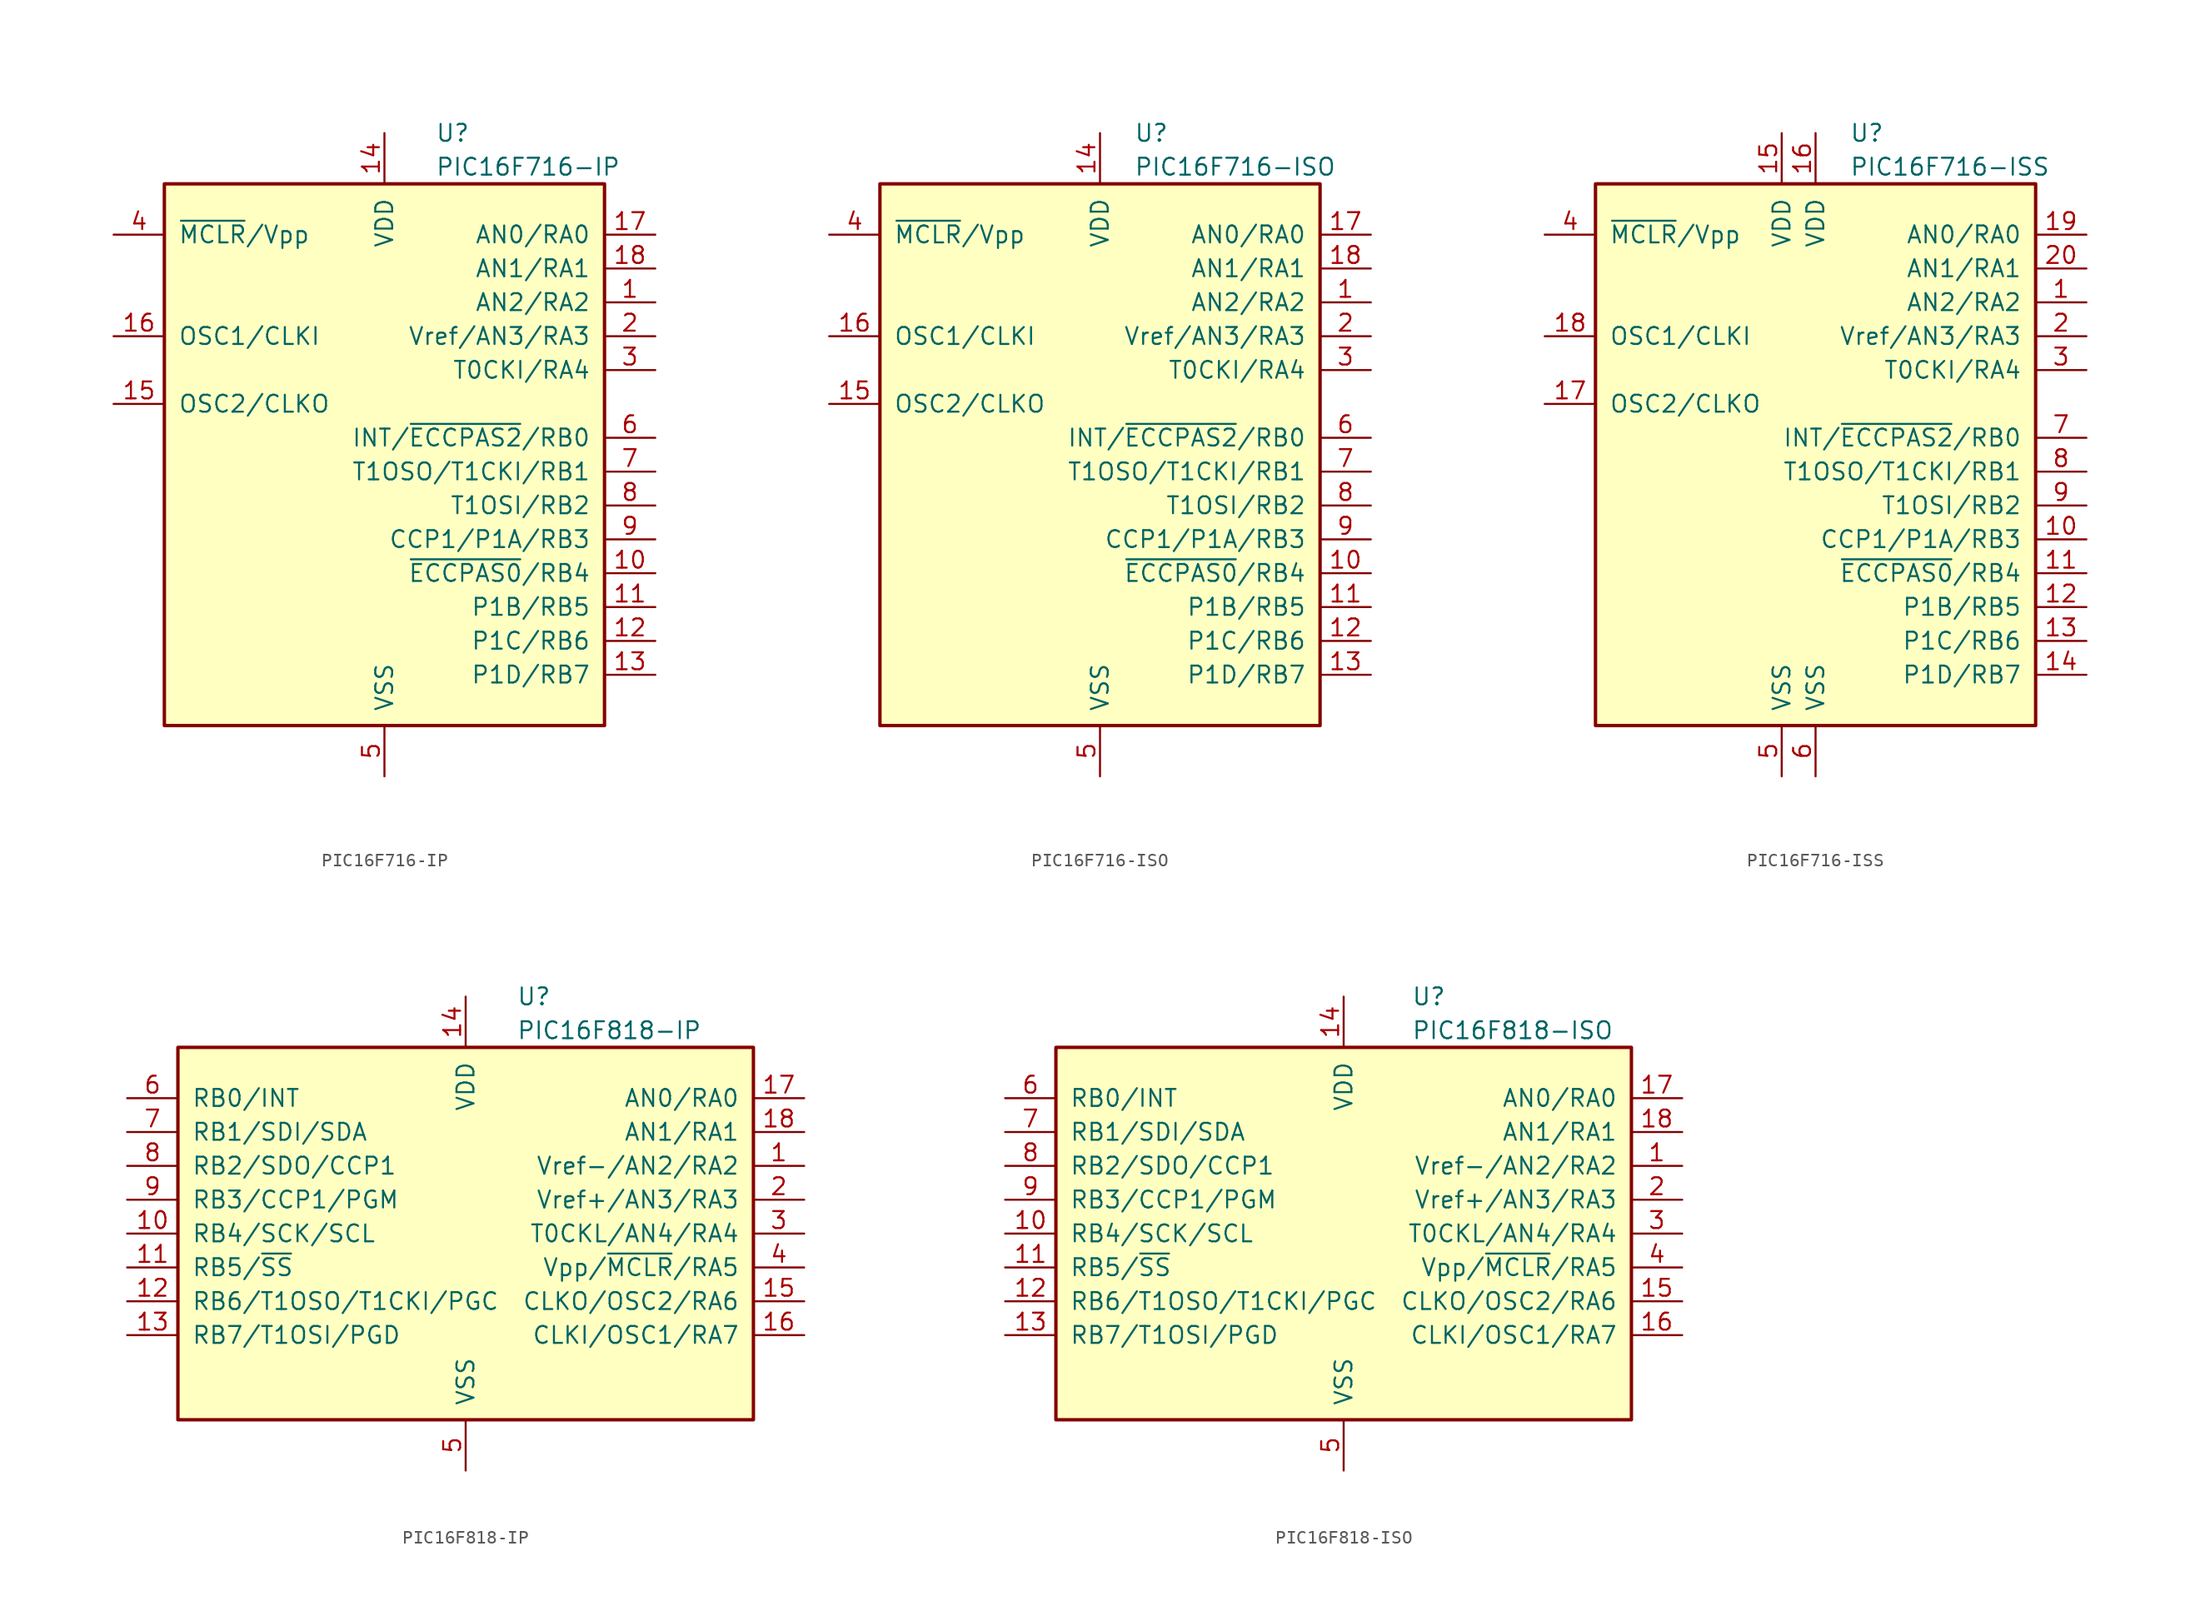
<source format=kicad_sym>
(kicad_symbol_lib
  (version 20241209)
  (generator "kicad_symbol_editor")
  (generator_version "9.0")
  (symbol "PIC16F716-IP"
    (pin_names
      (offset 1.016))
    (property "Reference" "U"
      (at 3.81 22.86 0)
      (effects (font (size 1.27 1.27)) (justify left)))
    (property "Value" "PIC16F716-IP"
      (at 3.81 20.32 0)
      (effects (font (size 1.27 1.27)) (justify left)))
    (symbol "PIC16F716-IP_0_1"
      (rectangle (start -16.51 19.05) (end 16.51 -21.59) (stroke (width 0.254) (type default)) (fill (type background))))
    (symbol "PIC16F716-IP_1_1"
      (pin input line (at -20.32 15.24 0) (length 3.81) (name "~{MCLR}/Vpp" (effects (font (size 1.27 1.27)))) (number "4" (effects (font (size 1.27 1.27)))))
      (pin input line (at -20.32 7.62 0) (length 3.81) (name "OSC1/CLKI" (effects (font (size 1.27 1.27)))) (number "16" (effects (font (size 1.27 1.27)))))
      (pin output line (at -20.32 2.54 0) (length 3.81) (name "OSC2/CLKO" (effects (font (size 1.27 1.27)))) (number "15" (effects (font (size 1.27 1.27)))))
      (pin power_in line (at 0 22.86 270) (length 3.81) (name "VDD" (effects (font (size 1.27 1.27)))) (number "14" (effects (font (size 1.27 1.27)))))
      (pin power_in line (at 0 -25.4 90) (length 3.81) (name "VSS" (effects (font (size 1.27 1.27)))) (number "5" (effects (font (size 1.27 1.27)))))
      (pin bidirectional line (at 20.32 15.24 180) (length 3.81) (name "AN0/RA0" (effects (font (size 1.27 1.27)))) (number "17" (effects (font (size 1.27 1.27)))))
      (pin bidirectional line (at 20.32 12.7 180) (length 3.81) (name "AN1/RA1" (effects (font (size 1.27 1.27)))) (number "18" (effects (font (size 1.27 1.27)))))
      (pin bidirectional line (at 20.32 10.16 180) (length 3.81) (name "AN2/RA2" (effects (font (size 1.27 1.27)))) (number "1" (effects (font (size 1.27 1.27)))))
      (pin bidirectional line (at 20.32 7.62 180) (length 3.81) (name "Vref/AN3/RA3" (effects (font (size 1.27 1.27)))) (number "2" (effects (font (size 1.27 1.27)))))
      (pin output line (at 20.32 5.08 180) (length 3.81) (name "T0CKI/RA4" (effects (font (size 1.27 1.27)))) (number "3" (effects (font (size 1.27 1.27)))))
      (pin bidirectional line (at 20.32 0 180) (length 3.81) (name "INT/~{ECCPAS2}/RB0" (effects (font (size 1.27 1.27)))) (number "6" (effects (font (size 1.27 1.27)))))
      (pin bidirectional line (at 20.32 -2.54 180) (length 3.81) (name "T1OSO/T1CKI/RB1" (effects (font (size 1.27 1.27)))) (number "7" (effects (font (size 1.27 1.27)))))
      (pin bidirectional line (at 20.32 -5.08 180) (length 3.81) (name "T1OSI/RB2" (effects (font (size 1.27 1.27)))) (number "8" (effects (font (size 1.27 1.27)))))
      (pin bidirectional line (at 20.32 -7.62 180) (length 3.81) (name "CCP1/P1A/RB3" (effects (font (size 1.27 1.27)))) (number "9" (effects (font (size 1.27 1.27)))))
      (pin bidirectional line (at 20.32 -10.16 180) (length 3.81) (name "~{ECCPAS0}/RB4" (effects (font (size 1.27 1.27)))) (number "10" (effects (font (size 1.27 1.27)))))
      (pin bidirectional line (at 20.32 -12.7 180) (length 3.81) (name "P1B/RB5" (effects (font (size 1.27 1.27)))) (number "11" (effects (font (size 1.27 1.27)))))
      (pin bidirectional line (at 20.32 -15.24 180) (length 3.81) (name "P1C/RB6" (effects (font (size 1.27 1.27)))) (number "12" (effects (font (size 1.27 1.27)))))
      (pin bidirectional line (at 20.32 -17.78 180) (length 3.81) (name "P1D/RB7" (effects (font (size 1.27 1.27)))) (number "13" (effects (font (size 1.27 1.27)))))))
  (symbol "PIC16F716-ISO"
    (pin_names
      (offset 1.016))
    (property "Reference" "U"
      (at 2.54 22.86 0)
      (effects (font (size 1.27 1.27)) (justify left)))
    (property "Value" "PIC16F716-ISO"
      (at 2.54 20.32 0)
      (effects (font (size 1.27 1.27)) (justify left)))
    (symbol "PIC16F716-ISO_0_1"
      (rectangle (start -16.51 19.05) (end 16.51 -21.59) (stroke (width 0.254) (type default)) (fill (type background))))
    (symbol "PIC16F716-ISO_1_1"
      (pin input line (at -20.32 15.24 0) (length 3.81) (name "~{MCLR}/Vpp" (effects (font (size 1.27 1.27)))) (number "4" (effects (font (size 1.27 1.27)))))
      (pin input line (at -20.32 7.62 0) (length 3.81) (name "OSC1/CLKI" (effects (font (size 1.27 1.27)))) (number "16" (effects (font (size 1.27 1.27)))))
      (pin output line (at -20.32 2.54 0) (length 3.81) (name "OSC2/CLKO" (effects (font (size 1.27 1.27)))) (number "15" (effects (font (size 1.27 1.27)))))
      (pin power_in line (at 0 22.86 270) (length 3.81) (name "VDD" (effects (font (size 1.27 1.27)))) (number "14" (effects (font (size 1.27 1.27)))))
      (pin power_in line (at 0 -25.4 90) (length 3.81) (name "VSS" (effects (font (size 1.27 1.27)))) (number "5" (effects (font (size 1.27 1.27)))))
      (pin bidirectional line (at 20.32 15.24 180) (length 3.81) (name "AN0/RA0" (effects (font (size 1.27 1.27)))) (number "17" (effects (font (size 1.27 1.27)))))
      (pin bidirectional line (at 20.32 12.7 180) (length 3.81) (name "AN1/RA1" (effects (font (size 1.27 1.27)))) (number "18" (effects (font (size 1.27 1.27)))))
      (pin bidirectional line (at 20.32 10.16 180) (length 3.81) (name "AN2/RA2" (effects (font (size 1.27 1.27)))) (number "1" (effects (font (size 1.27 1.27)))))
      (pin bidirectional line (at 20.32 7.62 180) (length 3.81) (name "Vref/AN3/RA3" (effects (font (size 1.27 1.27)))) (number "2" (effects (font (size 1.27 1.27)))))
      (pin output line (at 20.32 5.08 180) (length 3.81) (name "T0CKI/RA4" (effects (font (size 1.27 1.27)))) (number "3" (effects (font (size 1.27 1.27)))))
      (pin bidirectional line (at 20.32 0 180) (length 3.81) (name "INT/~{ECCPAS2}/RB0" (effects (font (size 1.27 1.27)))) (number "6" (effects (font (size 1.27 1.27)))))
      (pin bidirectional line (at 20.32 -2.54 180) (length 3.81) (name "T1OSO/T1CKI/RB1" (effects (font (size 1.27 1.27)))) (number "7" (effects (font (size 1.27 1.27)))))
      (pin bidirectional line (at 20.32 -5.08 180) (length 3.81) (name "T1OSI/RB2" (effects (font (size 1.27 1.27)))) (number "8" (effects (font (size 1.27 1.27)))))
      (pin bidirectional line (at 20.32 -7.62 180) (length 3.81) (name "CCP1/P1A/RB3" (effects (font (size 1.27 1.27)))) (number "9" (effects (font (size 1.27 1.27)))))
      (pin bidirectional line (at 20.32 -10.16 180) (length 3.81) (name "~{ECCPAS0}/RB4" (effects (font (size 1.27 1.27)))) (number "10" (effects (font (size 1.27 1.27)))))
      (pin bidirectional line (at 20.32 -12.7 180) (length 3.81) (name "P1B/RB5" (effects (font (size 1.27 1.27)))) (number "11" (effects (font (size 1.27 1.27)))))
      (pin bidirectional line (at 20.32 -15.24 180) (length 3.81) (name "P1C/RB6" (effects (font (size 1.27 1.27)))) (number "12" (effects (font (size 1.27 1.27)))))
      (pin bidirectional line (at 20.32 -17.78 180) (length 3.81) (name "P1D/RB7" (effects (font (size 1.27 1.27)))) (number "13" (effects (font (size 1.27 1.27)))))))
  (symbol "PIC16F716-ISS"
    (pin_names
      (offset 1.016))
    (property "Reference" "U"
      (at 2.54 22.86 0)
      (effects (font (size 1.27 1.27)) (justify left)))
    (property "Value" "PIC16F716-ISS"
      (at 2.54 20.32 0)
      (effects (font (size 1.27 1.27)) (justify left)))
    (symbol "PIC16F716-ISS_0_1"
      (rectangle (start -16.51 19.05) (end 16.51 -21.59) (stroke (width 0.254) (type default)) (fill (type background))))
    (symbol "PIC16F716-ISS_1_1"
      (pin input line (at -20.32 15.24 0) (length 3.81) (name "~{MCLR}/Vpp" (effects (font (size 1.27 1.27)))) (number "4" (effects (font (size 1.27 1.27)))))
      (pin input line (at -20.32 7.62 0) (length 3.81) (name "OSC1/CLKI" (effects (font (size 1.27 1.27)))) (number "18" (effects (font (size 1.27 1.27)))))
      (pin output line (at -20.32 2.54 0) (length 3.81) (name "OSC2/CLKO" (effects (font (size 1.27 1.27)))) (number "17" (effects (font (size 1.27 1.27)))))
      (pin power_in line (at -2.54 22.86 270) (length 3.81) (name "VDD" (effects (font (size 1.27 1.27)))) (number "15" (effects (font (size 1.27 1.27)))))
      (pin power_in line (at -2.54 -25.4 90) (length 3.81) (name "VSS" (effects (font (size 1.27 1.27)))) (number "5" (effects (font (size 1.27 1.27)))))
      (pin power_in line (at 0 22.86 270) (length 3.81) (name "VDD" (effects (font (size 1.27 1.27)))) (number "16" (effects (font (size 1.27 1.27)))))
      (pin power_in line (at 0 -25.4 90) (length 3.81) (name "VSS" (effects (font (size 1.27 1.27)))) (number "6" (effects (font (size 1.27 1.27)))))
      (pin bidirectional line (at 20.32 15.24 180) (length 3.81) (name "AN0/RA0" (effects (font (size 1.27 1.27)))) (number "19" (effects (font (size 1.27 1.27)))))
      (pin bidirectional line (at 20.32 12.7 180) (length 3.81) (name "AN1/RA1" (effects (font (size 1.27 1.27)))) (number "20" (effects (font (size 1.27 1.27)))))
      (pin bidirectional line (at 20.32 10.16 180) (length 3.81) (name "AN2/RA2" (effects (font (size 1.27 1.27)))) (number "1" (effects (font (size 1.27 1.27)))))
      (pin bidirectional line (at 20.32 7.62 180) (length 3.81) (name "Vref/AN3/RA3" (effects (font (size 1.27 1.27)))) (number "2" (effects (font (size 1.27 1.27)))))
      (pin output line (at 20.32 5.08 180) (length 3.81) (name "T0CKI/RA4" (effects (font (size 1.27 1.27)))) (number "3" (effects (font (size 1.27 1.27)))))
      (pin bidirectional line (at 20.32 0 180) (length 3.81) (name "INT/~{ECCPAS2}/RB0" (effects (font (size 1.27 1.27)))) (number "7" (effects (font (size 1.27 1.27)))))
      (pin bidirectional line (at 20.32 -2.54 180) (length 3.81) (name "T1OSO/T1CKI/RB1" (effects (font (size 1.27 1.27)))) (number "8" (effects (font (size 1.27 1.27)))))
      (pin bidirectional line (at 20.32 -5.08 180) (length 3.81) (name "T1OSI/RB2" (effects (font (size 1.27 1.27)))) (number "9" (effects (font (size 1.27 1.27)))))
      (pin bidirectional line (at 20.32 -7.62 180) (length 3.81) (name "CCP1/P1A/RB3" (effects (font (size 1.27 1.27)))) (number "10" (effects (font (size 1.27 1.27)))))
      (pin bidirectional line (at 20.32 -10.16 180) (length 3.81) (name "~{ECCPAS0}/RB4" (effects (font (size 1.27 1.27)))) (number "11" (effects (font (size 1.27 1.27)))))
      (pin bidirectional line (at 20.32 -12.7 180) (length 3.81) (name "P1B/RB5" (effects (font (size 1.27 1.27)))) (number "12" (effects (font (size 1.27 1.27)))))
      (pin bidirectional line (at 20.32 -15.24 180) (length 3.81) (name "P1C/RB6" (effects (font (size 1.27 1.27)))) (number "13" (effects (font (size 1.27 1.27)))))
      (pin bidirectional line (at 20.32 -17.78 180) (length 3.81) (name "P1D/RB7" (effects (font (size 1.27 1.27)))) (number "14" (effects (font (size 1.27 1.27)))))))
  (symbol "PIC16F818-IP"
    (pin_names
      (offset 1.016))
    (property "Reference" "U"
      (at 3.81 17.78 0)
      (effects (font (size 1.27 1.27)) (justify left)))
    (property "Value" "PIC16F818-IP"
      (at 3.81 15.24 0)
      (effects (font (size 1.27 1.27)) (justify left)))
    (symbol "PIC16F818-IP_0_1"
      (rectangle (start -21.59 13.97) (end 21.59 -13.97) (stroke (width 0.254) (type default)) (fill (type background))))
    (symbol "PIC16F818-IP_1_1"
      (pin bidirectional line (at -25.4 10.16 0) (length 3.81) (name "RB0/INT" (effects (font (size 1.27 1.27)))) (number "6" (effects (font (size 1.27 1.27)))))
      (pin bidirectional line (at -25.4 7.62 0) (length 3.81) (name "RB1/SDI/SDA" (effects (font (size 1.27 1.27)))) (number "7" (effects (font (size 1.27 1.27)))))
      (pin bidirectional line (at -25.4 5.08 0) (length 3.81) (name "RB2/SDO/CCP1" (effects (font (size 1.27 1.27)))) (number "8" (effects (font (size 1.27 1.27)))))
      (pin bidirectional line (at -25.4 2.54 0) (length 3.81) (name "RB3/CCP1/PGM" (effects (font (size 1.27 1.27)))) (number "9" (effects (font (size 1.27 1.27)))))
      (pin bidirectional line (at -25.4 0 0) (length 3.81) (name "RB4/SCK/SCL" (effects (font (size 1.27 1.27)))) (number "10" (effects (font (size 1.27 1.27)))))
      (pin bidirectional line (at -25.4 -2.54 0) (length 3.81) (name "RB5/~{SS}" (effects (font (size 1.27 1.27)))) (number "11" (effects (font (size 1.27 1.27)))))
      (pin bidirectional line (at -25.4 -5.08 0) (length 3.81) (name "RB6/T1OSO/T1CKI/PGC" (effects (font (size 1.27 1.27)))) (number "12" (effects (font (size 1.27 1.27)))))
      (pin bidirectional line (at -25.4 -7.62 0) (length 3.81) (name "RB7/T1OSI/PGD" (effects (font (size 1.27 1.27)))) (number "13" (effects (font (size 1.27 1.27)))))
      (pin power_in line (at 0 17.78 270) (length 3.81) (name "VDD" (effects (font (size 1.27 1.27)))) (number "14" (effects (font (size 1.27 1.27)))))
      (pin power_in line (at 0 -17.78 90) (length 3.81) (name "VSS" (effects (font (size 1.27 1.27)))) (number "5" (effects (font (size 1.27 1.27)))))
      (pin bidirectional line (at 25.4 10.16 180) (length 3.81) (name "AN0/RA0" (effects (font (size 1.27 1.27)))) (number "17" (effects (font (size 1.27 1.27)))))
      (pin bidirectional line (at 25.4 7.62 180) (length 3.81) (name "AN1/RA1" (effects (font (size 1.27 1.27)))) (number "18" (effects (font (size 1.27 1.27)))))
      (pin bidirectional line (at 25.4 5.08 180) (length 3.81) (name "Vref-/AN2/RA2" (effects (font (size 1.27 1.27)))) (number "1" (effects (font (size 1.27 1.27)))))
      (pin bidirectional line (at 25.4 2.54 180) (length 3.81) (name "Vref+/AN3/RA3" (effects (font (size 1.27 1.27)))) (number "2" (effects (font (size 1.27 1.27)))))
      (pin bidirectional line (at 25.4 0 180) (length 3.81) (name "T0CKL/AN4/RA4" (effects (font (size 1.27 1.27)))) (number "3" (effects (font (size 1.27 1.27)))))
      (pin input line (at 25.4 -2.54 180) (length 3.81) (name "Vpp/~{MCLR}/RA5" (effects (font (size 1.27 1.27)))) (number "4" (effects (font (size 1.27 1.27)))))
      (pin bidirectional line (at 25.4 -5.08 180) (length 3.81) (name "CLKO/OSC2/RA6" (effects (font (size 1.27 1.27)))) (number "15" (effects (font (size 1.27 1.27)))))
      (pin bidirectional line (at 25.4 -7.62 180) (length 3.81) (name "CLKI/OSC1/RA7" (effects (font (size 1.27 1.27)))) (number "16" (effects (font (size 1.27 1.27)))))))
  (symbol "PIC16F818-ISO"
    (pin_names
      (offset 1.016))
    (property "Reference" "U"
      (at 5.08 17.78 0)
      (effects (font (size 1.27 1.27)) (justify left)))
    (property "Value" "PIC16F818-ISO"
      (at 5.08 15.24 0)
      (effects (font (size 1.27 1.27)) (justify left)))
    (symbol "PIC16F818-ISO_0_1"
      (rectangle (start -21.59 13.97) (end 21.59 -13.97) (stroke (width 0.254) (type default)) (fill (type background))))
    (symbol "PIC16F818-ISO_1_1"
      (pin bidirectional line (at -25.4 10.16 0) (length 3.81) (name "RB0/INT" (effects (font (size 1.27 1.27)))) (number "6" (effects (font (size 1.27 1.27)))))
      (pin bidirectional line (at -25.4 7.62 0) (length 3.81) (name "RB1/SDI/SDA" (effects (font (size 1.27 1.27)))) (number "7" (effects (font (size 1.27 1.27)))))
      (pin bidirectional line (at -25.4 5.08 0) (length 3.81) (name "RB2/SDO/CCP1" (effects (font (size 1.27 1.27)))) (number "8" (effects (font (size 1.27 1.27)))))
      (pin bidirectional line (at -25.4 2.54 0) (length 3.81) (name "RB3/CCP1/PGM" (effects (font (size 1.27 1.27)))) (number "9" (effects (font (size 1.27 1.27)))))
      (pin bidirectional line (at -25.4 0 0) (length 3.81) (name "RB4/SCK/SCL" (effects (font (size 1.27 1.27)))) (number "10" (effects (font (size 1.27 1.27)))))
      (pin bidirectional line (at -25.4 -2.54 0) (length 3.81) (name "RB5/~{SS}" (effects (font (size 1.27 1.27)))) (number "11" (effects (font (size 1.27 1.27)))))
      (pin bidirectional line (at -25.4 -5.08 0) (length 3.81) (name "RB6/T1OSO/T1CKI/PGC" (effects (font (size 1.27 1.27)))) (number "12" (effects (font (size 1.27 1.27)))))
      (pin bidirectional line (at -25.4 -7.62 0) (length 3.81) (name "RB7/T1OSI/PGD" (effects (font (size 1.27 1.27)))) (number "13" (effects (font (size 1.27 1.27)))))
      (pin power_in line (at 0 17.78 270) (length 3.81) (name "VDD" (effects (font (size 1.27 1.27)))) (number "14" (effects (font (size 1.27 1.27)))))
      (pin power_in line (at 0 -17.78 90) (length 3.81) (name "VSS" (effects (font (size 1.27 1.27)))) (number "5" (effects (font (size 1.27 1.27)))))
      (pin bidirectional line (at 25.4 10.16 180) (length 3.81) (name "AN0/RA0" (effects (font (size 1.27 1.27)))) (number "17" (effects (font (size 1.27 1.27)))))
      (pin bidirectional line (at 25.4 7.62 180) (length 3.81) (name "AN1/RA1" (effects (font (size 1.27 1.27)))) (number "18" (effects (font (size 1.27 1.27)))))
      (pin bidirectional line (at 25.4 5.08 180) (length 3.81) (name "Vref-/AN2/RA2" (effects (font (size 1.27 1.27)))) (number "1" (effects (font (size 1.27 1.27)))))
      (pin bidirectional line (at 25.4 2.54 180) (length 3.81) (name "Vref+/AN3/RA3" (effects (font (size 1.27 1.27)))) (number "2" (effects (font (size 1.27 1.27)))))
      (pin bidirectional line (at 25.4 0 180) (length 3.81) (name "T0CKL/AN4/RA4" (effects (font (size 1.27 1.27)))) (number "3" (effects (font (size 1.27 1.27)))))
      (pin input line (at 25.4 -2.54 180) (length 3.81) (name "Vpp/~{MCLR}/RA5" (effects (font (size 1.27 1.27)))) (number "4" (effects (font (size 1.27 1.27)))))
      (pin bidirectional line (at 25.4 -5.08 180) (length 3.81) (name "CLKO/OSC2/RA6" (effects (font (size 1.27 1.27)))) (number "15" (effects (font (size 1.27 1.27)))))
      (pin bidirectional line (at 25.4 -7.62 180) (length 3.81) (name "CLKI/OSC1/RA7" (effects (font (size 1.27 1.27)))) (number "16" (effects (font (size 1.27 1.27))))))))
</source>
